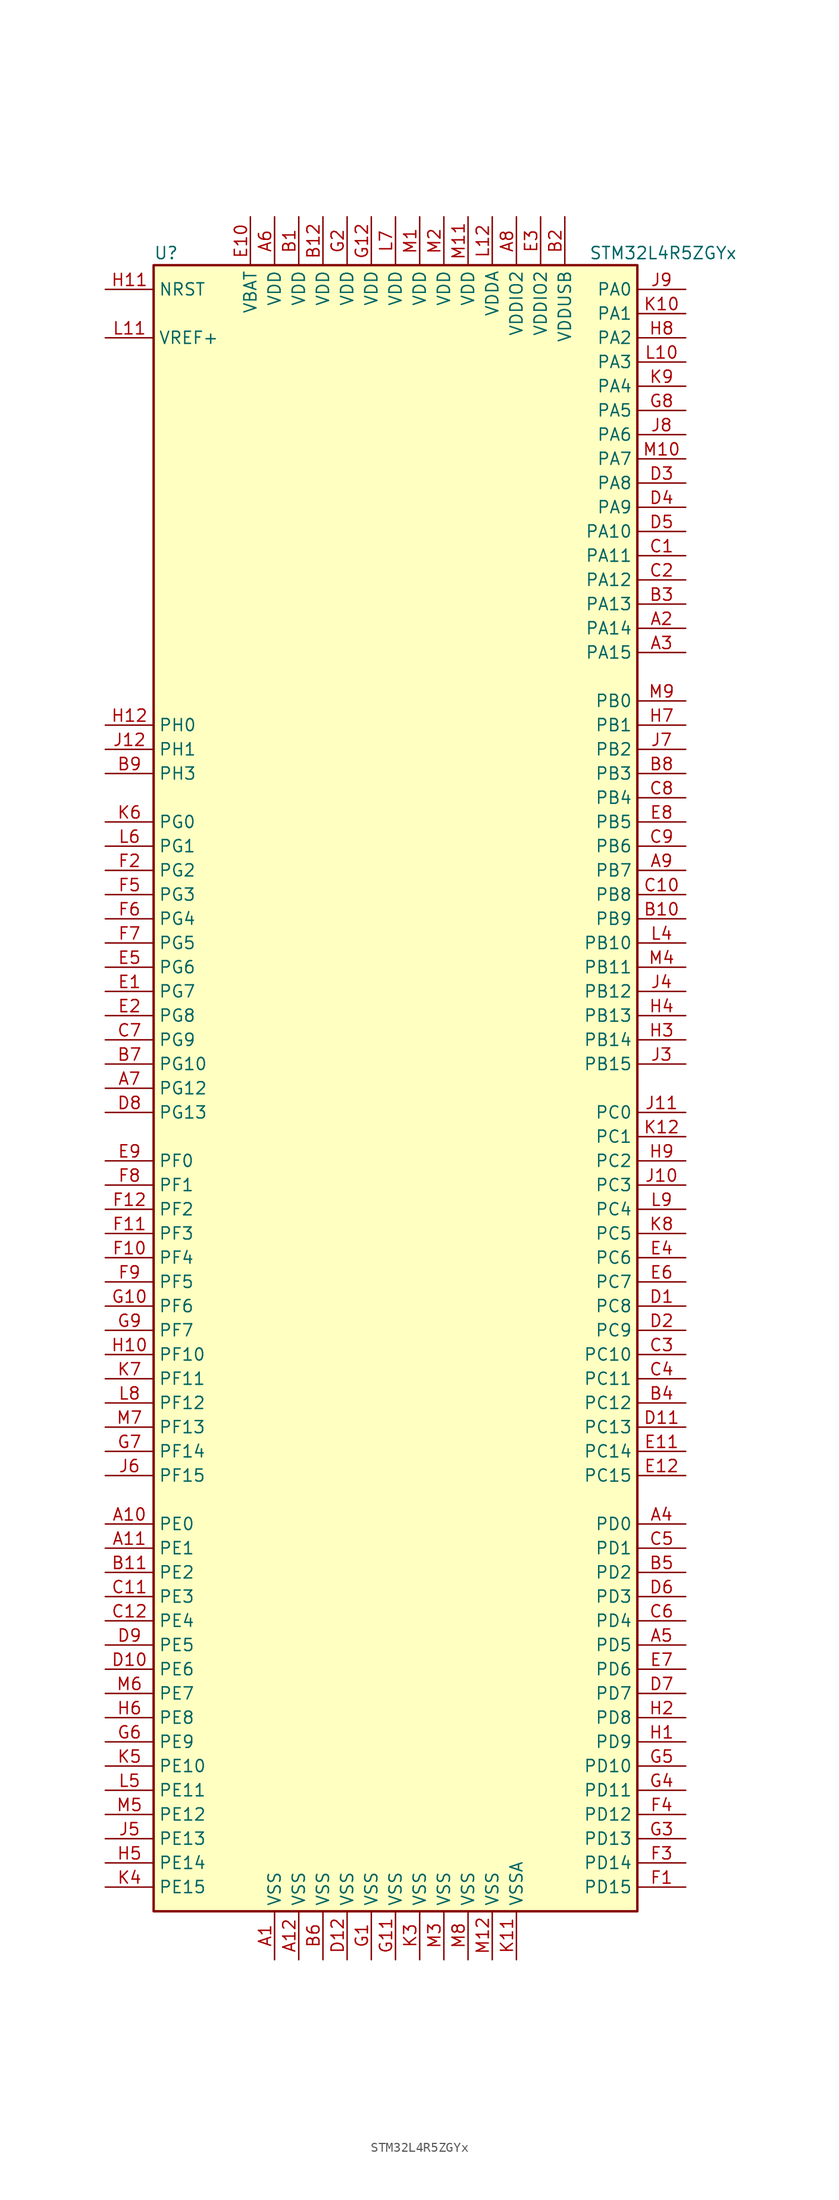
<source format=kicad_sym>
(kicad_symbol_lib
  (version 20201005)
  (generator kicad_symbol_editor)
  (symbol "STM32L4R5ZGYx"
    (property "Reference" "U"
      (at -25.4 87.63 0)
      (effects (font (size 1.27 1.27)) (justify left)))
    (property "Value" "STM32L4R5ZGYx"
      (at 20.32 87.63 0)
      (effects (font (size 1.27 1.27)) (justify left)))
    (symbol "STM32L4R5ZGYx_0_1"
      (rectangle (start -25.4 -86.36) (end 25.4 86.36) (stroke (width 0.254)) (fill (type background))))
    (symbol "STM32L4R5ZGYx_1_1"
      (pin no_connect line (at -25.4 -83.82 0) (length 5.08) hide (name "NC" (effects (font (size 1.27 1.27)))) (number "J1" (effects (font (size 1.27 1.27)))))
      (pin no_connect line (at -25.4 -81.28 0) (length 5.08) hide (name "NC" (effects (font (size 1.27 1.27)))) (number "J2" (effects (font (size 1.27 1.27)))))
      (pin no_connect line (at -25.4 -78.74 0) (length 5.08) hide (name "NC" (effects (font (size 1.27 1.27)))) (number "K1" (effects (font (size 1.27 1.27)))))
      (pin no_connect line (at -25.4 -76.2 0) (length 5.08) hide (name "NC" (effects (font (size 1.27 1.27)))) (number "K2" (effects (font (size 1.27 1.27)))))
      (pin no_connect line (at -25.4 -73.66 0) (length 5.08) hide (name "NC" (effects (font (size 1.27 1.27)))) (number "L1" (effects (font (size 1.27 1.27)))))
      (pin no_connect line (at -25.4 -71.12 0) (length 5.08) hide (name "NC" (effects (font (size 1.27 1.27)))) (number "L2" (effects (font (size 1.27 1.27)))))
      (pin no_connect line (at -25.4 -68.58 0) (length 5.08) hide (name "NC" (effects (font (size 1.27 1.27)))) (number "L3" (effects (font (size 1.27 1.27)))))
      (pin input line (at -30.48 83.82 0) (length 5.08) (name "NRST" (effects (font (size 1.27 1.27)))) (number "H11" (effects (font (size 1.27 1.27)))))
      (pin bidirectional line (at 30.48 83.82 180) (length 5.08) (name "PA0" (effects (font (size 1.27 1.27)))) (number "J9" (effects (font (size 1.27 1.27)))))
      (pin bidirectional line (at 30.48 81.28 180) (length 5.08) (name "PA1" (effects (font (size 1.27 1.27)))) (number "K10" (effects (font (size 1.27 1.27)))))
      (pin bidirectional line (at 30.48 58.42 180) (length 5.08) (name "PA10" (effects (font (size 1.27 1.27)))) (number "D5" (effects (font (size 1.27 1.27)))))
      (pin bidirectional line (at 30.48 55.88 180) (length 5.08) (name "PA11" (effects (font (size 1.27 1.27)))) (number "C1" (effects (font (size 1.27 1.27)))))
      (pin bidirectional line (at 30.48 53.34 180) (length 5.08) (name "PA12" (effects (font (size 1.27 1.27)))) (number "C2" (effects (font (size 1.27 1.27)))))
      (pin bidirectional line (at 30.48 50.8 180) (length 5.08) (name "PA13" (effects (font (size 1.27 1.27)))) (number "B3" (effects (font (size 1.27 1.27)))))
      (pin bidirectional line (at 30.48 48.26 180) (length 5.08) (name "PA14" (effects (font (size 1.27 1.27)))) (number "A2" (effects (font (size 1.27 1.27)))))
      (pin bidirectional line (at 30.48 45.72 180) (length 5.08) (name "PA15" (effects (font (size 1.27 1.27)))) (number "A3" (effects (font (size 1.27 1.27)))))
      (pin bidirectional line (at 30.48 78.74 180) (length 5.08) (name "PA2" (effects (font (size 1.27 1.27)))) (number "H8" (effects (font (size 1.27 1.27)))))
      (pin bidirectional line (at 30.48 76.2 180) (length 5.08) (name "PA3" (effects (font (size 1.27 1.27)))) (number "L10" (effects (font (size 1.27 1.27)))))
      (pin bidirectional line (at 30.48 73.66 180) (length 5.08) (name "PA4" (effects (font (size 1.27 1.27)))) (number "K9" (effects (font (size 1.27 1.27)))))
      (pin bidirectional line (at 30.48 71.12 180) (length 5.08) (name "PA5" (effects (font (size 1.27 1.27)))) (number "G8" (effects (font (size 1.27 1.27)))))
      (pin bidirectional line (at 30.48 68.58 180) (length 5.08) (name "PA6" (effects (font (size 1.27 1.27)))) (number "J8" (effects (font (size 1.27 1.27)))))
      (pin bidirectional line (at 30.48 66.04 180) (length 5.08) (name "PA7" (effects (font (size 1.27 1.27)))) (number "M10" (effects (font (size 1.27 1.27)))))
      (pin bidirectional line (at 30.48 63.5 180) (length 5.08) (name "PA8" (effects (font (size 1.27 1.27)))) (number "D3" (effects (font (size 1.27 1.27)))))
      (pin bidirectional line (at 30.48 60.96 180) (length 5.08) (name "PA9" (effects (font (size 1.27 1.27)))) (number "D4" (effects (font (size 1.27 1.27)))))
      (pin bidirectional line (at 30.48 40.64 180) (length 5.08) (name "PB0" (effects (font (size 1.27 1.27)))) (number "M9" (effects (font (size 1.27 1.27)))))
      (pin bidirectional line (at 30.48 38.1 180) (length 5.08) (name "PB1" (effects (font (size 1.27 1.27)))) (number "H7" (effects (font (size 1.27 1.27)))))
      (pin bidirectional line (at 30.48 15.24 180) (length 5.08) (name "PB10" (effects (font (size 1.27 1.27)))) (number "L4" (effects (font (size 1.27 1.27)))))
      (pin bidirectional line (at 30.48 12.7 180) (length 5.08) (name "PB11" (effects (font (size 1.27 1.27)))) (number "M4" (effects (font (size 1.27 1.27)))))
      (pin bidirectional line (at 30.48 10.16 180) (length 5.08) (name "PB12" (effects (font (size 1.27 1.27)))) (number "J4" (effects (font (size 1.27 1.27)))))
      (pin bidirectional line (at 30.48 7.62 180) (length 5.08) (name "PB13" (effects (font (size 1.27 1.27)))) (number "H4" (effects (font (size 1.27 1.27)))))
      (pin bidirectional line (at 30.48 5.08 180) (length 5.08) (name "PB14" (effects (font (size 1.27 1.27)))) (number "H3" (effects (font (size 1.27 1.27)))))
      (pin bidirectional line (at 30.48 2.54 180) (length 5.08) (name "PB15" (effects (font (size 1.27 1.27)))) (number "J3" (effects (font (size 1.27 1.27)))))
      (pin bidirectional line (at 30.48 35.56 180) (length 5.08) (name "PB2" (effects (font (size 1.27 1.27)))) (number "J7" (effects (font (size 1.27 1.27)))))
      (pin bidirectional line (at 30.48 33.02 180) (length 5.08) (name "PB3" (effects (font (size 1.27 1.27)))) (number "B8" (effects (font (size 1.27 1.27)))))
      (pin bidirectional line (at 30.48 30.48 180) (length 5.08) (name "PB4" (effects (font (size 1.27 1.27)))) (number "C8" (effects (font (size 1.27 1.27)))))
      (pin bidirectional line (at 30.48 27.94 180) (length 5.08) (name "PB5" (effects (font (size 1.27 1.27)))) (number "E8" (effects (font (size 1.27 1.27)))))
      (pin bidirectional line (at 30.48 25.4 180) (length 5.08) (name "PB6" (effects (font (size 1.27 1.27)))) (number "C9" (effects (font (size 1.27 1.27)))))
      (pin bidirectional line (at 30.48 22.86 180) (length 5.08) (name "PB7" (effects (font (size 1.27 1.27)))) (number "A9" (effects (font (size 1.27 1.27)))))
      (pin bidirectional line (at 30.48 20.32 180) (length 5.08) (name "PB8" (effects (font (size 1.27 1.27)))) (number "C10" (effects (font (size 1.27 1.27)))))
      (pin bidirectional line (at 30.48 17.78 180) (length 5.08) (name "PB9" (effects (font (size 1.27 1.27)))) (number "B10" (effects (font (size 1.27 1.27)))))
      (pin bidirectional line (at 30.48 -2.54 180) (length 5.08) (name "PC0" (effects (font (size 1.27 1.27)))) (number "J11" (effects (font (size 1.27 1.27)))))
      (pin bidirectional line (at 30.48 -5.08 180) (length 5.08) (name "PC1" (effects (font (size 1.27 1.27)))) (number "K12" (effects (font (size 1.27 1.27)))))
      (pin bidirectional line (at 30.48 -27.94 180) (length 5.08) (name "PC10" (effects (font (size 1.27 1.27)))) (number "C3" (effects (font (size 1.27 1.27)))))
      (pin bidirectional line (at 30.48 -30.48 180) (length 5.08) (name "PC11" (effects (font (size 1.27 1.27)))) (number "C4" (effects (font (size 1.27 1.27)))))
      (pin bidirectional line (at 30.48 -33.02 180) (length 5.08) (name "PC12" (effects (font (size 1.27 1.27)))) (number "B4" (effects (font (size 1.27 1.27)))))
      (pin bidirectional line (at 30.48 -35.56 180) (length 5.08) (name "PC13" (effects (font (size 1.27 1.27)))) (number "D11" (effects (font (size 1.27 1.27)))))
      (pin bidirectional line (at 30.48 -38.1 180) (length 5.08) (name "PC14" (effects (font (size 1.27 1.27)))) (number "E11" (effects (font (size 1.27 1.27)))))
      (pin bidirectional line (at 30.48 -40.64 180) (length 5.08) (name "PC15" (effects (font (size 1.27 1.27)))) (number "E12" (effects (font (size 1.27 1.27)))))
      (pin bidirectional line (at 30.48 -7.62 180) (length 5.08) (name "PC2" (effects (font (size 1.27 1.27)))) (number "H9" (effects (font (size 1.27 1.27)))))
      (pin bidirectional line (at 30.48 -10.16 180) (length 5.08) (name "PC3" (effects (font (size 1.27 1.27)))) (number "J10" (effects (font (size 1.27 1.27)))))
      (pin bidirectional line (at 30.48 -12.7 180) (length 5.08) (name "PC4" (effects (font (size 1.27 1.27)))) (number "L9" (effects (font (size 1.27 1.27)))))
      (pin bidirectional line (at 30.48 -15.24 180) (length 5.08) (name "PC5" (effects (font (size 1.27 1.27)))) (number "K8" (effects (font (size 1.27 1.27)))))
      (pin bidirectional line (at 30.48 -17.78 180) (length 5.08) (name "PC6" (effects (font (size 1.27 1.27)))) (number "E4" (effects (font (size 1.27 1.27)))))
      (pin bidirectional line (at 30.48 -20.32 180) (length 5.08) (name "PC7" (effects (font (size 1.27 1.27)))) (number "E6" (effects (font (size 1.27 1.27)))))
      (pin bidirectional line (at 30.48 -22.86 180) (length 5.08) (name "PC8" (effects (font (size 1.27 1.27)))) (number "D1" (effects (font (size 1.27 1.27)))))
      (pin bidirectional line (at 30.48 -25.4 180) (length 5.08) (name "PC9" (effects (font (size 1.27 1.27)))) (number "D2" (effects (font (size 1.27 1.27)))))
      (pin bidirectional line (at 30.48 -45.72 180) (length 5.08) (name "PD0" (effects (font (size 1.27 1.27)))) (number "A4" (effects (font (size 1.27 1.27)))))
      (pin bidirectional line (at 30.48 -48.26 180) (length 5.08) (name "PD1" (effects (font (size 1.27 1.27)))) (number "C5" (effects (font (size 1.27 1.27)))))
      (pin bidirectional line (at 30.48 -71.12 180) (length 5.08) (name "PD10" (effects (font (size 1.27 1.27)))) (number "G5" (effects (font (size 1.27 1.27)))))
      (pin bidirectional line (at 30.48 -73.66 180) (length 5.08) (name "PD11" (effects (font (size 1.27 1.27)))) (number "G4" (effects (font (size 1.27 1.27)))))
      (pin bidirectional line (at 30.48 -76.2 180) (length 5.08) (name "PD12" (effects (font (size 1.27 1.27)))) (number "F4" (effects (font (size 1.27 1.27)))))
      (pin bidirectional line (at 30.48 -78.74 180) (length 5.08) (name "PD13" (effects (font (size 1.27 1.27)))) (number "G3" (effects (font (size 1.27 1.27)))))
      (pin bidirectional line (at 30.48 -81.28 180) (length 5.08) (name "PD14" (effects (font (size 1.27 1.27)))) (number "F3" (effects (font (size 1.27 1.27)))))
      (pin bidirectional line (at 30.48 -83.82 180) (length 5.08) (name "PD15" (effects (font (size 1.27 1.27)))) (number "F1" (effects (font (size 1.27 1.27)))))
      (pin bidirectional line (at 30.48 -50.8 180) (length 5.08) (name "PD2" (effects (font (size 1.27 1.27)))) (number "B5" (effects (font (size 1.27 1.27)))))
      (pin bidirectional line (at 30.48 -53.34 180) (length 5.08) (name "PD3" (effects (font (size 1.27 1.27)))) (number "D6" (effects (font (size 1.27 1.27)))))
      (pin bidirectional line (at 30.48 -55.88 180) (length 5.08) (name "PD4" (effects (font (size 1.27 1.27)))) (number "C6" (effects (font (size 1.27 1.27)))))
      (pin bidirectional line (at 30.48 -58.42 180) (length 5.08) (name "PD5" (effects (font (size 1.27 1.27)))) (number "A5" (effects (font (size 1.27 1.27)))))
      (pin bidirectional line (at 30.48 -60.96 180) (length 5.08) (name "PD6" (effects (font (size 1.27 1.27)))) (number "E7" (effects (font (size 1.27 1.27)))))
      (pin bidirectional line (at 30.48 -63.5 180) (length 5.08) (name "PD7" (effects (font (size 1.27 1.27)))) (number "D7" (effects (font (size 1.27 1.27)))))
      (pin bidirectional line (at 30.48 -66.04 180) (length 5.08) (name "PD8" (effects (font (size 1.27 1.27)))) (number "H2" (effects (font (size 1.27 1.27)))))
      (pin bidirectional line (at 30.48 -68.58 180) (length 5.08) (name "PD9" (effects (font (size 1.27 1.27)))) (number "H1" (effects (font (size 1.27 1.27)))))
      (pin bidirectional line (at -30.48 -45.72 0) (length 5.08) (name "PE0" (effects (font (size 1.27 1.27)))) (number "A10" (effects (font (size 1.27 1.27)))))
      (pin bidirectional line (at -30.48 -48.26 0) (length 5.08) (name "PE1" (effects (font (size 1.27 1.27)))) (number "A11" (effects (font (size 1.27 1.27)))))
      (pin bidirectional line (at -30.48 -71.12 0) (length 5.08) (name "PE10" (effects (font (size 1.27 1.27)))) (number "K5" (effects (font (size 1.27 1.27)))))
      (pin bidirectional line (at -30.48 -73.66 0) (length 5.08) (name "PE11" (effects (font (size 1.27 1.27)))) (number "L5" (effects (font (size 1.27 1.27)))))
      (pin bidirectional line (at -30.48 -76.2 0) (length 5.08) (name "PE12" (effects (font (size 1.27 1.27)))) (number "M5" (effects (font (size 1.27 1.27)))))
      (pin bidirectional line (at -30.48 -78.74 0) (length 5.08) (name "PE13" (effects (font (size 1.27 1.27)))) (number "J5" (effects (font (size 1.27 1.27)))))
      (pin bidirectional line (at -30.48 -81.28 0) (length 5.08) (name "PE14" (effects (font (size 1.27 1.27)))) (number "H5" (effects (font (size 1.27 1.27)))))
      (pin bidirectional line (at -30.48 -83.82 0) (length 5.08) (name "PE15" (effects (font (size 1.27 1.27)))) (number "K4" (effects (font (size 1.27 1.27)))))
      (pin bidirectional line (at -30.48 -50.8 0) (length 5.08) (name "PE2" (effects (font (size 1.27 1.27)))) (number "B11" (effects (font (size 1.27 1.27)))))
      (pin bidirectional line (at -30.48 -53.34 0) (length 5.08) (name "PE3" (effects (font (size 1.27 1.27)))) (number "C11" (effects (font (size 1.27 1.27)))))
      (pin bidirectional line (at -30.48 -55.88 0) (length 5.08) (name "PE4" (effects (font (size 1.27 1.27)))) (number "C12" (effects (font (size 1.27 1.27)))))
      (pin bidirectional line (at -30.48 -58.42 0) (length 5.08) (name "PE5" (effects (font (size 1.27 1.27)))) (number "D9" (effects (font (size 1.27 1.27)))))
      (pin bidirectional line (at -30.48 -60.96 0) (length 5.08) (name "PE6" (effects (font (size 1.27 1.27)))) (number "D10" (effects (font (size 1.27 1.27)))))
      (pin bidirectional line (at -30.48 -63.5 0) (length 5.08) (name "PE7" (effects (font (size 1.27 1.27)))) (number "M6" (effects (font (size 1.27 1.27)))))
      (pin bidirectional line (at -30.48 -66.04 0) (length 5.08) (name "PE8" (effects (font (size 1.27 1.27)))) (number "H6" (effects (font (size 1.27 1.27)))))
      (pin bidirectional line (at -30.48 -68.58 0) (length 5.08) (name "PE9" (effects (font (size 1.27 1.27)))) (number "G6" (effects (font (size 1.27 1.27)))))
      (pin bidirectional line (at -30.48 -7.62 0) (length 5.08) (name "PF0" (effects (font (size 1.27 1.27)))) (number "E9" (effects (font (size 1.27 1.27)))))
      (pin bidirectional line (at -30.48 -10.16 0) (length 5.08) (name "PF1" (effects (font (size 1.27 1.27)))) (number "F8" (effects (font (size 1.27 1.27)))))
      (pin bidirectional line (at -30.48 -27.94 0) (length 5.08) (name "PF10" (effects (font (size 1.27 1.27)))) (number "H10" (effects (font (size 1.27 1.27)))))
      (pin bidirectional line (at -30.48 -30.48 0) (length 5.08) (name "PF11" (effects (font (size 1.27 1.27)))) (number "K7" (effects (font (size 1.27 1.27)))))
      (pin bidirectional line (at -30.48 -33.02 0) (length 5.08) (name "PF12" (effects (font (size 1.27 1.27)))) (number "L8" (effects (font (size 1.27 1.27)))))
      (pin bidirectional line (at -30.48 -35.56 0) (length 5.08) (name "PF13" (effects (font (size 1.27 1.27)))) (number "M7" (effects (font (size 1.27 1.27)))))
      (pin bidirectional line (at -30.48 -38.1 0) (length 5.08) (name "PF14" (effects (font (size 1.27 1.27)))) (number "G7" (effects (font (size 1.27 1.27)))))
      (pin bidirectional line (at -30.48 -40.64 0) (length 5.08) (name "PF15" (effects (font (size 1.27 1.27)))) (number "J6" (effects (font (size 1.27 1.27)))))
      (pin bidirectional line (at -30.48 -12.7 0) (length 5.08) (name "PF2" (effects (font (size 1.27 1.27)))) (number "F12" (effects (font (size 1.27 1.27)))))
      (pin bidirectional line (at -30.48 -15.24 0) (length 5.08) (name "PF3" (effects (font (size 1.27 1.27)))) (number "F11" (effects (font (size 1.27 1.27)))))
      (pin bidirectional line (at -30.48 -17.78 0) (length 5.08) (name "PF4" (effects (font (size 1.27 1.27)))) (number "F10" (effects (font (size 1.27 1.27)))))
      (pin bidirectional line (at -30.48 -20.32 0) (length 5.08) (name "PF5" (effects (font (size 1.27 1.27)))) (number "F9" (effects (font (size 1.27 1.27)))))
      (pin bidirectional line (at -30.48 -22.86 0) (length 5.08) (name "PF6" (effects (font (size 1.27 1.27)))) (number "G10" (effects (font (size 1.27 1.27)))))
      (pin bidirectional line (at -30.48 -25.4 0) (length 5.08) (name "PF7" (effects (font (size 1.27 1.27)))) (number "G9" (effects (font (size 1.27 1.27)))))
      (pin bidirectional line (at -30.48 27.94 0) (length 5.08) (name "PG0" (effects (font (size 1.27 1.27)))) (number "K6" (effects (font (size 1.27 1.27)))))
      (pin bidirectional line (at -30.48 25.4 0) (length 5.08) (name "PG1" (effects (font (size 1.27 1.27)))) (number "L6" (effects (font (size 1.27 1.27)))))
      (pin bidirectional line (at -30.48 2.54 0) (length 5.08) (name "PG10" (effects (font (size 1.27 1.27)))) (number "B7" (effects (font (size 1.27 1.27)))))
      (pin bidirectional line (at -30.48 0 0) (length 5.08) (name "PG12" (effects (font (size 1.27 1.27)))) (number "A7" (effects (font (size 1.27 1.27)))))
      (pin bidirectional line (at -30.48 -2.54 0) (length 5.08) (name "PG13" (effects (font (size 1.27 1.27)))) (number "D8" (effects (font (size 1.27 1.27)))))
      (pin bidirectional line (at -30.48 22.86 0) (length 5.08) (name "PG2" (effects (font (size 1.27 1.27)))) (number "F2" (effects (font (size 1.27 1.27)))))
      (pin bidirectional line (at -30.48 20.32 0) (length 5.08) (name "PG3" (effects (font (size 1.27 1.27)))) (number "F5" (effects (font (size 1.27 1.27)))))
      (pin bidirectional line (at -30.48 17.78 0) (length 5.08) (name "PG4" (effects (font (size 1.27 1.27)))) (number "F6" (effects (font (size 1.27 1.27)))))
      (pin bidirectional line (at -30.48 15.24 0) (length 5.08) (name "PG5" (effects (font (size 1.27 1.27)))) (number "F7" (effects (font (size 1.27 1.27)))))
      (pin bidirectional line (at -30.48 12.7 0) (length 5.08) (name "PG6" (effects (font (size 1.27 1.27)))) (number "E5" (effects (font (size 1.27 1.27)))))
      (pin bidirectional line (at -30.48 10.16 0) (length 5.08) (name "PG7" (effects (font (size 1.27 1.27)))) (number "E1" (effects (font (size 1.27 1.27)))))
      (pin bidirectional line (at -30.48 7.62 0) (length 5.08) (name "PG8" (effects (font (size 1.27 1.27)))) (number "E2" (effects (font (size 1.27 1.27)))))
      (pin bidirectional line (at -30.48 5.08 0) (length 5.08) (name "PG9" (effects (font (size 1.27 1.27)))) (number "C7" (effects (font (size 1.27 1.27)))))
      (pin input line (at -30.48 38.1 0) (length 5.08) (name "PH0" (effects (font (size 1.27 1.27)))) (number "H12" (effects (font (size 1.27 1.27)))))
      (pin input line (at -30.48 35.56 0) (length 5.08) (name "PH1" (effects (font (size 1.27 1.27)))) (number "J12" (effects (font (size 1.27 1.27)))))
      (pin bidirectional line (at -30.48 33.02 0) (length 5.08) (name "PH3" (effects (font (size 1.27 1.27)))) (number "B9" (effects (font (size 1.27 1.27)))))
      (pin power_in line (at -15.24 91.44 270) (length 5.08) (name "VBAT" (effects (font (size 1.27 1.27)))) (number "E10" (effects (font (size 1.27 1.27)))))
      (pin power_in line (at -12.7 91.44 270) (length 5.08) (name "VDD" (effects (font (size 1.27 1.27)))) (number "A6" (effects (font (size 1.27 1.27)))))
      (pin power_in line (at -10.16 91.44 270) (length 5.08) (name "VDD" (effects (font (size 1.27 1.27)))) (number "B1" (effects (font (size 1.27 1.27)))))
      (pin power_in line (at -7.62 91.44 270) (length 5.08) (name "VDD" (effects (font (size 1.27 1.27)))) (number "B12" (effects (font (size 1.27 1.27)))))
      (pin power_in line (at -2.54 91.44 270) (length 5.08) (name "VDD" (effects (font (size 1.27 1.27)))) (number "G12" (effects (font (size 1.27 1.27)))))
      (pin power_in line (at -5.08 91.44 270) (length 5.08) (name "VDD" (effects (font (size 1.27 1.27)))) (number "G2" (effects (font (size 1.27 1.27)))))
      (pin power_in line (at 0 91.44 270) (length 5.08) (name "VDD" (effects (font (size 1.27 1.27)))) (number "L7" (effects (font (size 1.27 1.27)))))
      (pin power_in line (at 2.54 91.44 270) (length 5.08) (name "VDD" (effects (font (size 1.27 1.27)))) (number "M1" (effects (font (size 1.27 1.27)))))
      (pin power_in line (at 7.62 91.44 270) (length 5.08) (name "VDD" (effects (font (size 1.27 1.27)))) (number "M11" (effects (font (size 1.27 1.27)))))
      (pin power_in line (at 5.08 91.44 270) (length 5.08) (name "VDD" (effects (font (size 1.27 1.27)))) (number "M2" (effects (font (size 1.27 1.27)))))
      (pin power_in line (at 10.16 91.44 270) (length 5.08) (name "VDDA" (effects (font (size 1.27 1.27)))) (number "L12" (effects (font (size 1.27 1.27)))))
      (pin power_in line (at 12.7 91.44 270) (length 5.08) (name "VDDIO2" (effects (font (size 1.27 1.27)))) (number "A8" (effects (font (size 1.27 1.27)))))
      (pin power_in line (at 15.24 91.44 270) (length 5.08) (name "VDDIO2" (effects (font (size 1.27 1.27)))) (number "E3" (effects (font (size 1.27 1.27)))))
      (pin power_in line (at 17.78 91.44 270) (length 5.08) (name "VDDUSB" (effects (font (size 1.27 1.27)))) (number "B2" (effects (font (size 1.27 1.27)))))
      (pin bidirectional line (at -30.48 78.74 0) (length 5.08) (name "VREF+" (effects (font (size 1.27 1.27)))) (number "L11" (effects (font (size 1.27 1.27)))))
      (pin power_in line (at -12.7 -91.44 90) (length 5.08) (name "VSS" (effects (font (size 1.27 1.27)))) (number "A1" (effects (font (size 1.27 1.27)))))
      (pin power_in line (at -10.16 -91.44 90) (length 5.08) (name "VSS" (effects (font (size 1.27 1.27)))) (number "A12" (effects (font (size 1.27 1.27)))))
      (pin power_in line (at -7.62 -91.44 90) (length 5.08) (name "VSS" (effects (font (size 1.27 1.27)))) (number "B6" (effects (font (size 1.27 1.27)))))
      (pin power_in line (at -5.08 -91.44 90) (length 5.08) (name "VSS" (effects (font (size 1.27 1.27)))) (number "D12" (effects (font (size 1.27 1.27)))))
      (pin power_in line (at -2.54 -91.44 90) (length 5.08) (name "VSS" (effects (font (size 1.27 1.27)))) (number "G1" (effects (font (size 1.27 1.27)))))
      (pin power_in line (at 0 -91.44 90) (length 5.08) (name "VSS" (effects (font (size 1.27 1.27)))) (number "G11" (effects (font (size 1.27 1.27)))))
      (pin power_in line (at 2.54 -91.44 90) (length 5.08) (name "VSS" (effects (font (size 1.27 1.27)))) (number "K3" (effects (font (size 1.27 1.27)))))
      (pin power_in line (at 10.16 -91.44 90) (length 5.08) (name "VSS" (effects (font (size 1.27 1.27)))) (number "M12" (effects (font (size 1.27 1.27)))))
      (pin power_in line (at 5.08 -91.44 90) (length 5.08) (name "VSS" (effects (font (size 1.27 1.27)))) (number "M3" (effects (font (size 1.27 1.27)))))
      (pin power_in line (at 7.62 -91.44 90) (length 5.08) (name "VSS" (effects (font (size 1.27 1.27)))) (number "M8" (effects (font (size 1.27 1.27)))))
      (pin power_in line (at 12.7 -91.44 90) (length 5.08) (name "VSSA" (effects (font (size 1.27 1.27)))) (number "K11" (effects (font (size 1.27 1.27))))))))
</source>
